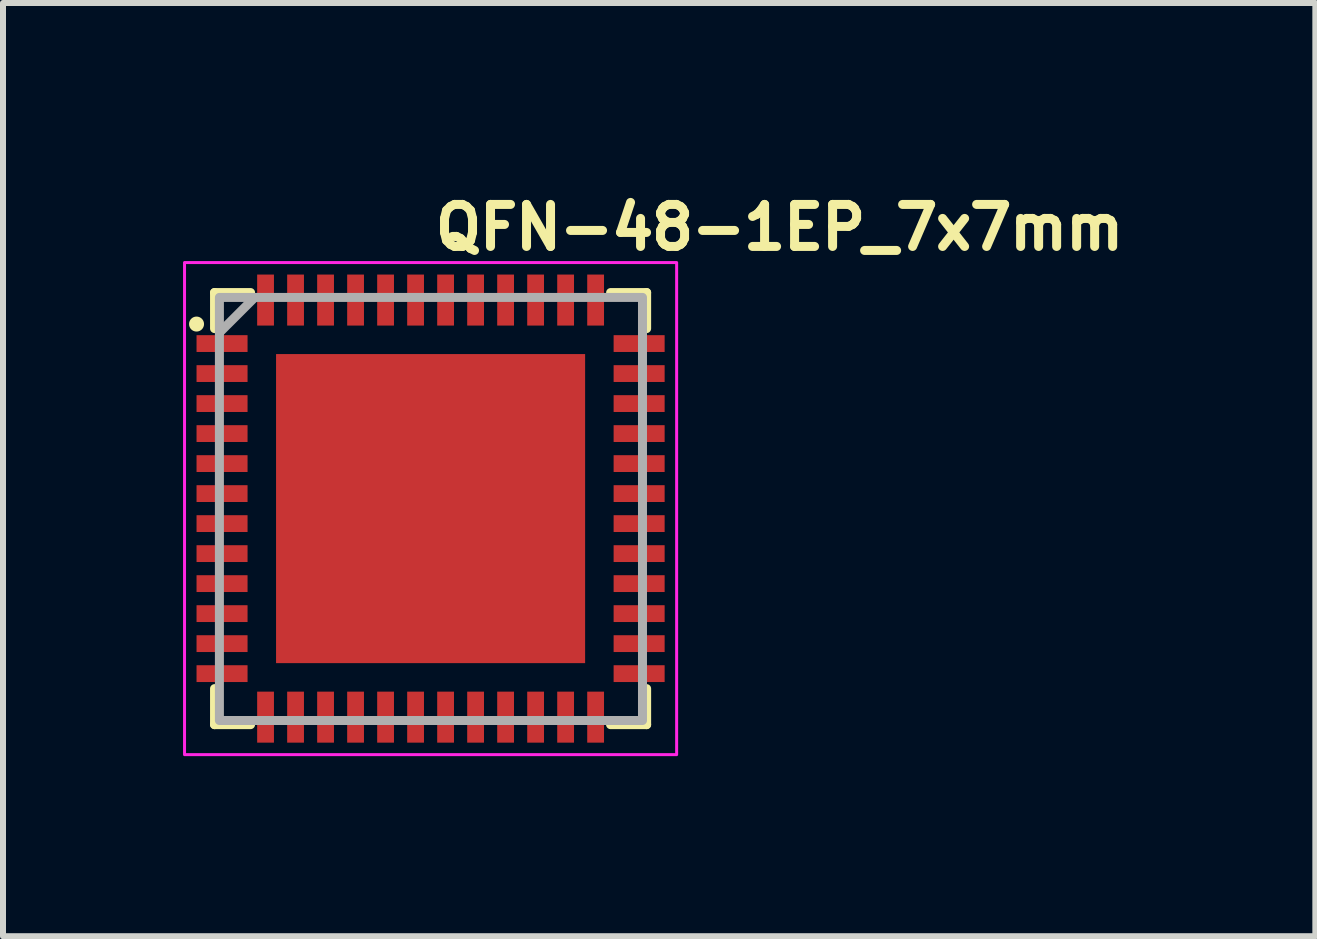
<source format=kicad_pcb>
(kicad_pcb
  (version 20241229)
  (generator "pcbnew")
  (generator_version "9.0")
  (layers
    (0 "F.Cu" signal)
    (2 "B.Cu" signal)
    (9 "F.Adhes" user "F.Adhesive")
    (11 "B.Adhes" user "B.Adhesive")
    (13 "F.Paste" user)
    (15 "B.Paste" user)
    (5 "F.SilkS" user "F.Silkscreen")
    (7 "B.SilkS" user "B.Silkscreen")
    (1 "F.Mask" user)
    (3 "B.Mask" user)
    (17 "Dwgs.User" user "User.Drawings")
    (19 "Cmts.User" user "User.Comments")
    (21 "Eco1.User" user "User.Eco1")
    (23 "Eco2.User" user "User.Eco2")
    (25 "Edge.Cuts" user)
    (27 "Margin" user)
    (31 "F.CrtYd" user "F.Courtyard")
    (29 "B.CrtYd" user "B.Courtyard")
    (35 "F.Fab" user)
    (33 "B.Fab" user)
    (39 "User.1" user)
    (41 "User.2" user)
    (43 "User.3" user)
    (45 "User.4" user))
  (footprint "QFN-48-1EP_7x7mm"
    (layer "F.Cu")
    (at 4.125 5.425)
    (property "Reference" "QFN-48-1EP_7x7mm" (at 0 -4.275 0) (layer "F.SilkS") (effects (font (size 0.7 0.7) (thickness 0.15)) (justify left bottom)))
    (attr smd)
    (fp_line (start -3.6 -3.6) (end -3.6 -3) (stroke (width 0.15) (type solid)) (layer "F.SilkS"))
    (fp_line (start -3.6 3) (end -3.6 3.6) (stroke (width 0.15) (type solid)) (layer "F.SilkS"))
    (fp_line (start -3.6 3.6) (end -3 3.6) (stroke (width 0.15) (type solid)) (layer "F.SilkS"))
    (fp_line (start -3 -3.6) (end -3.6 -3.6) (stroke (width 0.15) (type solid)) (layer "F.SilkS"))
    (fp_line (start 3.6 -3.6) (end 3 -3.6) (stroke (width 0.15) (type solid)) (layer "F.SilkS"))
    (fp_line (start 3.6 -3) (end 3.6 -3.6) (stroke (width 0.15) (type solid)) (layer "F.SilkS"))
    (fp_line (start 3.6 3) (end 3.6 3.6) (stroke (width 0.15) (type solid)) (layer "F.SilkS"))
    (fp_line (start 3.6 3.6) (end 2.999 3.6) (stroke (width 0.15) (type solid)) (layer "F.SilkS"))
    (fp_circle (center -3.9 -3.075) (end -3.85 -3.075) (stroke (width 0.15) (type solid)) (fill yes) (layer "F.SilkS"))
    (fp_rect (start -4.1 -4.1) (end 4.1 4.1) (stroke (width 0.05) (type solid)) (fill no) (layer "F.CrtYd"))
    (fp_line (start -2.95 -3.5) (end -3.5 -2.95) (stroke (width 0.15) (type solid)) (layer "F.Fab"))
    (fp_rect (start 3.531 3.531) (end -3.519 -3.519) (stroke (width 0.15) (type solid)) (fill no) (layer "F.Fab"))
    (fp_rect (start -3.532 -3.532) (end 3.531 3.531) (stroke (width 0.1) (type solid)) (fill no) (layer "User.5"))
    (fp_line (start -3.532 -3.532) (end -3.532 3.531) (stroke (width 0.02) (type solid)) (layer "User.9"))
    (fp_line (start -3.532 3.531) (end 3.531 3.531) (stroke (width 0.02) (type solid)) (layer "User.9"))
    (fp_line (start 3.531 -3.532) (end -3.532 -3.532) (stroke (width 0.02) (type solid)) (layer "User.9"))
    (fp_line (start 3.531 3.531) (end 3.531 -3.532) (stroke (width 0.02) (type solid)) (layer "User.9"))
    (fp_circle (center -2.825 -2.756) (end -2.649 -2.756) (stroke (width 0.02) (type solid)) (fill no) (layer "User.9"))
    (pad "" smd roundrect (at -1.6 -1.6) (size 1.4 1.4) (layers "F.Paste") (roundrect_rratio 0.05))
    (pad "" smd roundrect (at -1.6 0) (size 1.4 1.4) (layers "F.Paste") (roundrect_rratio 0.05))
    (pad "" smd roundrect (at -1.6 1.6) (size 1.4 1.4) (layers "F.Paste") (roundrect_rratio 0.05))
    (pad "" smd roundrect (at 0 -1.6) (size 1.4 1.4) (layers "F.Paste") (roundrect_rratio 0.05))
    (pad "" smd roundrect (at 0 0) (size 1.4 1.4) (layers "F.Paste") (roundrect_rratio 0.05))
    (pad "" smd roundrect (at 0 1.6) (size 1.4 1.4) (layers "F.Paste") (roundrect_rratio 0.05))
    (pad "" smd roundrect (at 1.6 -1.6) (size 1.4 1.4) (layers "F.Paste") (roundrect_rratio 0.05))
    (pad "" smd roundrect (at 1.6 0) (size 1.4 1.4) (layers "F.Paste") (roundrect_rratio 0.05))
    (pad "" smd roundrect (at 1.6 1.6) (size 1.4 1.4) (layers "F.Paste") (roundrect_rratio 0.05))
    (pad "1" smd rect (at -3.475 -2.75) (size 0.85 0.28) (layers "F.Cu" "F.Mask" "F.Paste"))
    (pad "2" smd rect (at -3.475 -2.25) (size 0.85 0.28) (layers "F.Cu" "F.Mask" "F.Paste"))
    (pad "3" smd rect (at -3.475 -1.75) (size 0.85 0.28) (layers "F.Cu" "F.Mask" "F.Paste"))
    (pad "4" smd rect (at -3.475 -1.25) (size 0.85 0.28) (layers "F.Cu" "F.Mask" "F.Paste"))
    (pad "5" smd rect (at -3.475 -0.75) (size 0.85 0.28) (layers "F.Cu" "F.Mask" "F.Paste"))
    (pad "6" smd rect (at -3.475 -0.25) (size 0.85 0.28) (layers "F.Cu" "F.Mask" "F.Paste"))
    (pad "7" smd rect (at -3.475 0.25) (size 0.85 0.28) (layers "F.Cu" "F.Mask" "F.Paste"))
    (pad "8" smd rect (at -3.475 0.75) (size 0.85 0.28) (layers "F.Cu" "F.Mask" "F.Paste"))
    (pad "9" smd rect (at -3.475 1.25) (size 0.85 0.28) (layers "F.Cu" "F.Mask" "F.Paste"))
    (pad "10" smd rect (at -3.475 1.75) (size 0.85 0.28) (layers "F.Cu" "F.Mask" "F.Paste"))
    (pad "11" smd rect (at -3.475 2.25) (size 0.85 0.28) (layers "F.Cu" "F.Mask" "F.Paste"))
    (pad "12" smd rect (at -3.475 2.75) (size 0.85 0.28) (layers "F.Cu" "F.Mask" "F.Paste"))
    (pad "13" smd rect (at -2.75 3.475) (size 0.28 0.85) (layers "F.Cu" "F.Mask" "F.Paste"))
    (pad "14" smd rect (at -2.25 3.475) (size 0.28 0.85) (layers "F.Cu" "F.Mask" "F.Paste"))
    (pad "15" smd rect (at -1.75 3.475) (size 0.28 0.85) (layers "F.Cu" "F.Mask" "F.Paste"))
    (pad "16" smd rect (at -1.25 3.475) (size 0.28 0.85) (layers "F.Cu" "F.Mask" "F.Paste"))
    (pad "17" smd rect (at -0.75 3.475) (size 0.28 0.85) (layers "F.Cu" "F.Mask" "F.Paste"))
    (pad "18" smd rect (at -0.25 3.475) (size 0.28 0.85) (layers "F.Cu" "F.Mask" "F.Paste"))
    (pad "19" smd rect (at 0.25 3.475) (size 0.28 0.85) (layers "F.Cu" "F.Mask" "F.Paste"))
    (pad "20" smd rect (at 0.75 3.475) (size 0.28 0.85) (layers "F.Cu" "F.Mask" "F.Paste"))
    (pad "21" smd rect (at 1.25 3.475) (size 0.28 0.85) (layers "F.Cu" "F.Mask" "F.Paste"))
    (pad "22" smd rect (at 1.75 3.475) (size 0.28 0.85) (layers "F.Cu" "F.Mask" "F.Paste"))
    (pad "23" smd rect (at 2.25 3.475) (size 0.28 0.85) (layers "F.Cu" "F.Mask" "F.Paste"))
    (pad "24" smd rect (at 2.75 3.475) (size 0.28 0.85) (layers "F.Cu" "F.Mask" "F.Paste"))
    (pad "25" smd rect (at 3.475 2.75) (size 0.85 0.28) (layers "F.Cu" "F.Mask" "F.Paste"))
    (pad "26" smd rect (at 3.475 2.25) (size 0.85 0.28) (layers "F.Cu" "F.Mask" "F.Paste"))
    (pad "27" smd rect (at 3.475 1.75) (size 0.85 0.28) (layers "F.Cu" "F.Mask" "F.Paste"))
    (pad "28" smd rect (at 3.475 1.25) (size 0.85 0.28) (layers "F.Cu" "F.Mask" "F.Paste"))
    (pad "29" smd rect (at 3.475 0.75) (size 0.85 0.28) (layers "F.Cu" "F.Mask" "F.Paste"))
    (pad "30" smd rect (at 3.475 0.25) (size 0.85 0.28) (layers "F.Cu" "F.Mask" "F.Paste"))
    (pad "31" smd rect (at 3.475 -0.25) (size 0.85 0.28) (layers "F.Cu" "F.Mask" "F.Paste"))
    (pad "32" smd rect (at 3.475 -0.75) (size 0.85 0.28) (layers "F.Cu" "F.Mask" "F.Paste"))
    (pad "33" smd rect (at 3.475 -1.25) (size 0.85 0.28) (layers "F.Cu" "F.Mask" "F.Paste"))
    (pad "34" smd rect (at 3.475 -1.75) (size 0.85 0.28) (layers "F.Cu" "F.Mask" "F.Paste"))
    (pad "35" smd rect (at 3.475 -2.25) (size 0.85 0.28) (layers "F.Cu" "F.Mask" "F.Paste"))
    (pad "36" smd rect (at 3.475 -2.75) (size 0.85 0.28) (layers "F.Cu" "F.Mask" "F.Paste"))
    (pad "37" smd rect (at 2.75 -3.475) (size 0.28 0.85) (layers "F.Cu" "F.Mask" "F.Paste"))
    (pad "38" smd rect (at 2.25 -3.475) (size 0.28 0.85) (layers "F.Cu" "F.Mask" "F.Paste"))
    (pad "39" smd rect (at 1.75 -3.475) (size 0.28 0.85) (layers "F.Cu" "F.Mask" "F.Paste"))
    (pad "40" smd rect (at 1.25 -3.475) (size 0.28 0.85) (layers "F.Cu" "F.Mask" "F.Paste"))
    (pad "41" smd rect (at 0.75 -3.475) (size 0.28 0.85) (layers "F.Cu" "F.Mask" "F.Paste"))
    (pad "42" smd rect (at 0.25 -3.475) (size 0.28 0.85) (layers "F.Cu" "F.Mask" "F.Paste"))
    (pad "43" smd rect (at -0.25 -3.475) (size 0.28 0.85) (layers "F.Cu" "F.Mask" "F.Paste"))
    (pad "44" smd rect (at -0.75 -3.475) (size 0.28 0.85) (layers "F.Cu" "F.Mask" "F.Paste"))
    (pad "45" smd rect (at -1.25 -3.475) (size 0.28 0.85) (layers "F.Cu" "F.Mask" "F.Paste"))
    (pad "46" smd rect (at -1.75 -3.475) (size 0.28 0.85) (layers "F.Cu" "F.Mask" "F.Paste"))
    (pad "47" smd rect (at -2.25 -3.475) (size 0.28 0.85) (layers "F.Cu" "F.Mask" "F.Paste"))
    (pad "48" smd rect (at -2.75 -3.475) (size 0.28 0.85) (layers "F.Cu" "F.Mask" "F.Paste"))
    (pad "49" smd rect (at 0 0) (size 5.15 5.15) (layers "F.Cu" "F.Mask")))
  (gr_rect
    (start -3 -3)
    (end 18.868 12.55)
    (stroke (width 0.1) (type default))
    (fill no)
    (layer "Edge.Cuts")))
</source>
